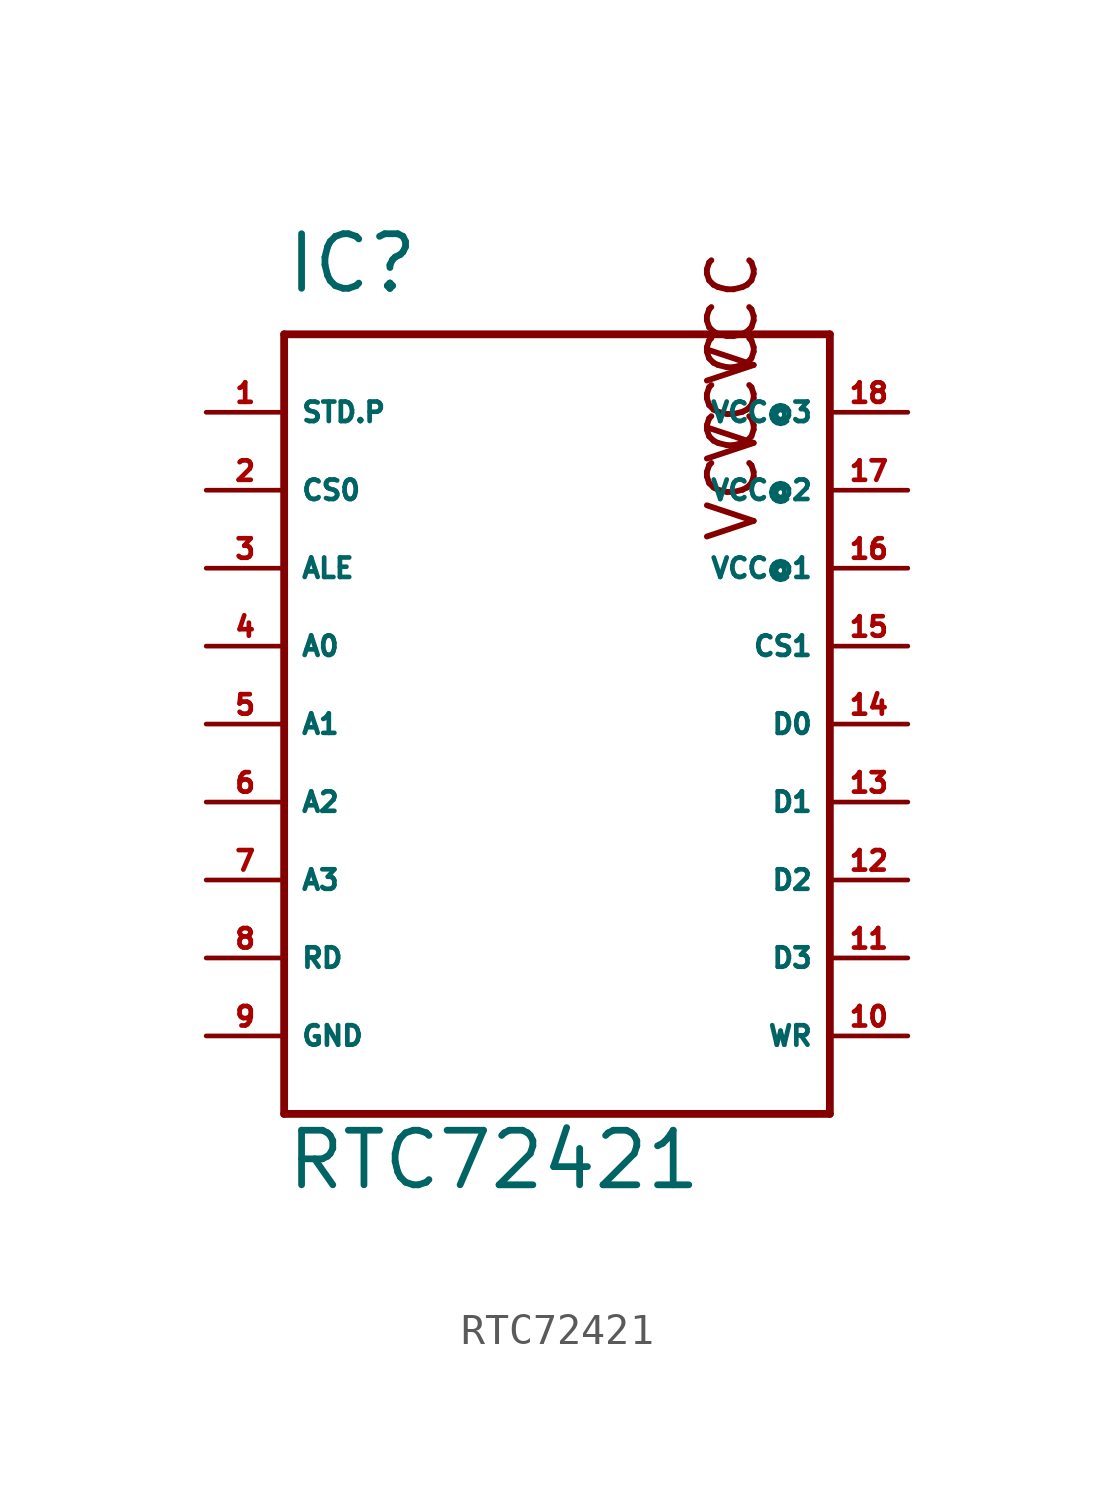
<source format=kicad_sym>
(kicad_symbol_lib
  (version 20220914)
  (generator Eagle2Kicad)
  (symbol "RTC72421"
    (property "Reference" "IC"
      (at -10.16 19.05 0)
      (effects (font (size 1.778 1.778) (thickness 0.22)) (justify left bottom)))
    (property "Value" "RTC72421"
      (at -10.16 -10.16 0)
      (effects (font (size 1.778 1.778) (thickness 0.22)) (justify left bottom)))
    (polyline
      (pts (xy -10.16 17.78) (xy -10.16 -7.62))
      (stroke (width 0.254) (type default))
      (fill (type none)))
    (polyline
      (pts (xy -10.16 -7.62) (xy 7.62 -7.62))
      (stroke (width 0.254) (type default))
      (fill (type none)))
    (polyline
      (pts (xy 7.62 -7.62) (xy 7.62 17.78))
      (stroke (width 0.254) (type default))
      (fill (type none)))
    (polyline
      (pts (xy 7.62 17.78) (xy -10.16 17.78))
      (stroke (width 0.254) (type default))
      (fill (type none)))
    (text "VCC"
      (at 5.334 10.922 1800)
      (effects (font (size 1.524 1.524) (thickness 0.19)) (justify left bottom)))
    (text "VCC"
      (at 5.334 13.462 1800)
      (effects (font (size 1.524 1.524) (thickness 0.19)) (justify left bottom)))
    (text "VCC"
      (at 5.334 16.002 1800)
      (effects (font (size 1.524 1.524) (thickness 0.19)) (justify left bottom)))
    (pin input line
      (at -12.7 15.24 0)
      (length 2.54)
      (name "STD.P" (effects (font (size 0.635 0.635) (thickness 0.08)) (justify left bottom)))
      (number "1" (effects (font (size 0.635 0.635) (thickness 0.08)) (justify left bottom))))
    (pin input line
      (at -12.7 12.7 0)
      (length 2.54)
      (name "CS0" (effects (font (size 0.635 0.635) (thickness 0.08)) (justify left bottom)))
      (number "2" (effects (font (size 0.635 0.635) (thickness 0.08)) (justify left bottom))))
    (pin input line
      (at -12.7 10.16 0)
      (length 2.54)
      (name "ALE" (effects (font (size 0.635 0.635) (thickness 0.08)) (justify left bottom)))
      (number "3" (effects (font (size 0.635 0.635) (thickness 0.08)) (justify left bottom))))
    (pin input line
      (at -12.7 7.62 0)
      (length 2.54)
      (name "A0" (effects (font (size 0.635 0.635) (thickness 0.08)) (justify left bottom)))
      (number "4" (effects (font (size 0.635 0.635) (thickness 0.08)) (justify left bottom))))
    (pin input line
      (at -12.7 5.08 0)
      (length 2.54)
      (name "A1" (effects (font (size 0.635 0.635) (thickness 0.08)) (justify left bottom)))
      (number "5" (effects (font (size 0.635 0.635) (thickness 0.08)) (justify left bottom))))
    (pin input line
      (at -12.7 2.54 0)
      (length 2.54)
      (name "A2" (effects (font (size 0.635 0.635) (thickness 0.08)) (justify left bottom)))
      (number "6" (effects (font (size 0.635 0.635) (thickness 0.08)) (justify left bottom))))
    (pin input line
      (at -12.7 0 0)
      (length 2.54)
      (name "A3" (effects (font (size 0.635 0.635) (thickness 0.08)) (justify left bottom)))
      (number "7" (effects (font (size 0.635 0.635) (thickness 0.08)) (justify left bottom))))
    (pin input line
      (at -12.7 -2.54 0)
      (length 2.54)
      (name "RD" (effects (font (size 0.635 0.635) (thickness 0.08)) (justify left bottom)))
      (number "8" (effects (font (size 0.635 0.635) (thickness 0.08)) (justify left bottom))))
    (pin unspecified line
      (at -12.7 -5.08 0)
      (length 2.54)
      (name "GND" (effects (font (size 0.635 0.635) (thickness 0.08)) (justify left bottom)))
      (number "9" (effects (font (size 0.635 0.635) (thickness 0.08)) (justify left bottom))))
    (pin input line
      (at 10.16 -5.08 180)
      (length 2.54)
      (name "WR" (effects (font (size 0.635 0.635) (thickness 0.08)) (justify left bottom)))
      (number "10" (effects (font (size 0.635 0.635) (thickness 0.08)) (justify left bottom))))
    (pin bidirectional line
      (at 10.16 -2.54 180)
      (length 2.54)
      (name "D3" (effects (font (size 0.635 0.635) (thickness 0.08)) (justify left bottom)))
      (number "11" (effects (font (size 0.635 0.635) (thickness 0.08)) (justify left bottom))))
    (pin bidirectional line
      (at 10.16 0 180)
      (length 2.54)
      (name "D2" (effects (font (size 0.635 0.635) (thickness 0.08)) (justify left bottom)))
      (number "12" (effects (font (size 0.635 0.635) (thickness 0.08)) (justify left bottom))))
    (pin bidirectional line
      (at 10.16 2.54 180)
      (length 2.54)
      (name "D1" (effects (font (size 0.635 0.635) (thickness 0.08)) (justify left bottom)))
      (number "13" (effects (font (size 0.635 0.635) (thickness 0.08)) (justify left bottom))))
    (pin bidirectional line
      (at 10.16 5.08 180)
      (length 2.54)
      (name "D0" (effects (font (size 0.635 0.635) (thickness 0.08)) (justify left bottom)))
      (number "14" (effects (font (size 0.635 0.635) (thickness 0.08)) (justify left bottom))))
    (pin input line
      (at 10.16 7.62 180)
      (length 2.54)
      (name "CS1" (effects (font (size 0.635 0.635) (thickness 0.08)) (justify left bottom)))
      (number "15" (effects (font (size 0.635 0.635) (thickness 0.08)) (justify left bottom))))
    (pin unspecified line
      (at 10.16 10.16 180)
      (length 2.54)
      (name "VCC@1" (effects (font (size 0.635 0.635) (thickness 0.08)) (justify left bottom)))
      (number "16" (effects (font (size 0.635 0.635) (thickness 0.08)) (justify left bottom))))
    (pin unspecified line
      (at 10.16 12.7 180)
      (length 2.54)
      (name "VCC@2" (effects (font (size 0.635 0.635) (thickness 0.08)) (justify left bottom)))
      (number "17" (effects (font (size 0.635 0.635) (thickness 0.08)) (justify left bottom))))
    (pin unspecified line
      (at 10.16 15.24 180)
      (length 2.54)
      (name "VCC@3" (effects (font (size 0.635 0.635) (thickness 0.08)) (justify left bottom)))
      (number "18" (effects (font (size 0.635 0.635) (thickness 0.08)) (justify left bottom))))))
</source>
